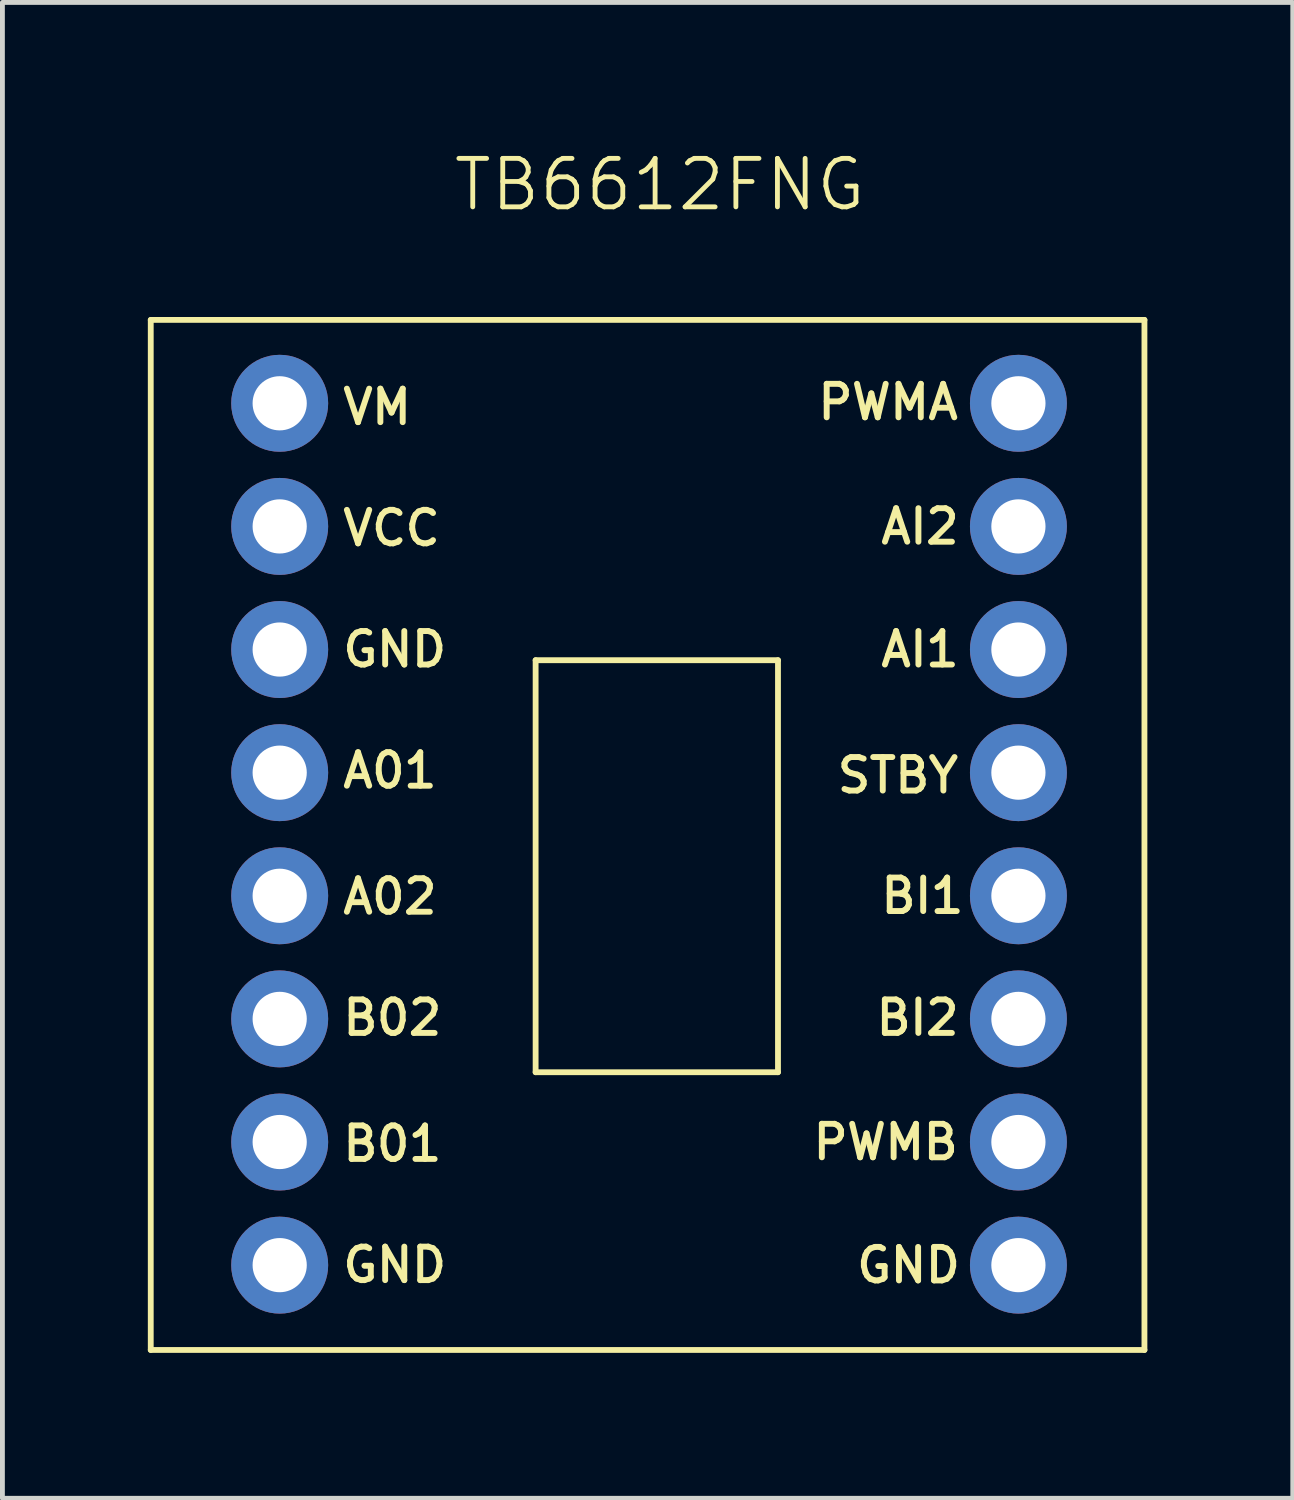
<source format=kicad_pcb>
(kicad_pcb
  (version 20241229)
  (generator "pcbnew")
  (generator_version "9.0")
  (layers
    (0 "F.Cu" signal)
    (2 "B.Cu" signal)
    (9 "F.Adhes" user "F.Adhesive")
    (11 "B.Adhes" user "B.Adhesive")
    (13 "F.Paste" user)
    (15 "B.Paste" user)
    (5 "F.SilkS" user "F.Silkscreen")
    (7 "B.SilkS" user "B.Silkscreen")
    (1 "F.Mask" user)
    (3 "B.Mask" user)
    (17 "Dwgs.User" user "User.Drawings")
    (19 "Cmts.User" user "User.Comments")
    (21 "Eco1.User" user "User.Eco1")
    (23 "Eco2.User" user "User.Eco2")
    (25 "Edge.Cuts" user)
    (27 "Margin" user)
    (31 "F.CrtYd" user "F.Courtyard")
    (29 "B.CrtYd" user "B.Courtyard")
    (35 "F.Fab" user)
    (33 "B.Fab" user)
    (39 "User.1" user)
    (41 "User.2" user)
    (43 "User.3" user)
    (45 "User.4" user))
  (footprint "TB6612FNG"
    (layer "F.Cu")
    (at 10.56 1.26)
    (property "Reference" "TB6612FNG" (at 0 -0.5 0) (unlocked yes) (layer "F.SilkS") (effects (font (size 1 1) (thickness 0.1))))
    (attr smd)
    (fp_line (start -10.5 2.29) (end 10 2.29) (stroke (width 0.12) (type default)) (layer "F.SilkS"))
    (fp_line (start -10.5 23.54) (end -10.5 2.29) (stroke (width 0.12) (type default)) (layer "F.SilkS"))
    (fp_line (start -2.56 9.31) (end 2.44 9.31) (stroke (width 0.12) (type solid)) (layer "F.SilkS"))
    (fp_line (start -2.56 17.81) (end -2.56 9.31) (stroke (width 0.12) (type solid)) (layer "F.SilkS"))
    (fp_line (start 2.44 9.31) (end 2.44 17.81) (stroke (width 0.12) (type solid)) (layer "F.SilkS"))
    (fp_line (start 2.44 17.81) (end -2.56 17.81) (stroke (width 0.12) (type solid)) (layer "F.SilkS"))
    (fp_line (start 10 2.29) (end 10 23.54) (stroke (width 0.12) (type default)) (layer "F.SilkS"))
    (fp_line (start 10 23.54) (end -10.5 23.54) (stroke (width 0.12) (type default)) (layer "F.SilkS"))
    (fp_text user "BI2" (at 4.4 17.09 0) (unlocked yes) (layer "F.SilkS") (effects (font (size 0.691 0.691) (thickness 0.122)) (justify left bottom)))
    (fp_text user "VM" (at -6.6 4.49 0) (unlocked yes) (layer "F.SilkS") (effects (font (size 0.691 0.691) (thickness 0.122)) (justify left bottom)))
    (fp_text user "GND" (at -6.6 9.49 0) (unlocked yes) (layer "F.SilkS") (effects (font (size 0.691 0.691) (thickness 0.122)) (justify left bottom)))
    (fp_text user "BI1" (at 4.5 14.576 0) (unlocked yes) (layer "F.SilkS") (effects (font (size 0.691 0.691) (thickness 0.122)) (justify left bottom)))
    (fp_text user "B01" (at -6.6 19.69 0) (unlocked yes) (layer "F.SilkS") (effects (font (size 0.691 0.691) (thickness 0.122)) (justify left bottom)))
    (fp_text user "STBY" (at 3.6 12.09 0) (unlocked yes) (layer "F.SilkS") (effects (font (size 0.691 0.691) (thickness 0.122)) (justify left bottom)))
    (fp_text user "GND" (at -6.6 22.19 0) (unlocked yes) (layer "F.SilkS") (effects (font (size 0.691 0.691) (thickness 0.122)) (justify left bottom)))
    (fp_text user "AI1" (at 4.5 9.49 0) (unlocked yes) (layer "F.SilkS") (effects (font (size 0.691 0.691) (thickness 0.122)) (justify left bottom)))
    (fp_text user "B02" (at -6.6 17.09 0) (unlocked yes) (layer "F.SilkS") (effects (font (size 0.691 0.691) (thickness 0.122)) (justify left bottom)))
    (fp_text user "PWMA" (at 3.2 4.39 0) (unlocked yes) (layer "F.SilkS") (effects (font (size 0.691 0.691) (thickness 0.122)) (justify left bottom)))
    (fp_text user "GND" (at 4 22.196 0) (unlocked yes) (layer "F.SilkS") (effects (font (size 0.691 0.691) (thickness 0.122)) (justify left bottom)))
    (fp_text user "A01" (at -6.6 11.99 0) (unlocked yes) (layer "F.SilkS") (effects (font (size 0.691 0.691) (thickness 0.122)) (justify left bottom)))
    (fp_text user "PWMB" (at 3.1 19.656 0) (unlocked yes) (layer "F.SilkS") (effects (font (size 0.691 0.691) (thickness 0.122)) (justify left bottom)))
    (fp_text user "VCC" (at -6.6 6.99 0) (unlocked yes) (layer "F.SilkS") (effects (font (size 0.691 0.691) (thickness 0.122)) (justify left bottom)))
    (fp_text user "A02" (at -6.6 14.59 0) (unlocked yes) (layer "F.SilkS") (effects (font (size 0.691 0.691) (thickness 0.122)) (justify left bottom)))
    (fp_text user "AI2" (at 4.5 6.956 0) (unlocked yes) (layer "F.SilkS") (effects (font (size 0.691 0.691) (thickness 0.122)) (justify left bottom)))
    (pad "1" thru_hole circle (at -7.84 4.01 90) (size 2 2) (drill 1.118) (layers "*.Cu" "*.Mask"))
    (pad "2" thru_hole circle (at -7.84 6.55 90) (size 2 2) (drill 1.118) (layers "*.Cu" "*.Mask"))
    (pad "3" thru_hole circle (at -7.84 9.09 90) (size 2 2) (drill 1.118) (layers "*.Cu" "*.Mask"))
    (pad "4" thru_hole circle (at -7.84 11.63 90) (size 2 2) (drill 1.118) (layers "*.Cu" "*.Mask"))
    (pad "5" thru_hole circle (at -7.84 14.17 90) (size 2 2) (drill 1.118) (layers "*.Cu" "*.Mask"))
    (pad "6" thru_hole circle (at -7.84 16.71 90) (size 2 2) (drill 1.118) (layers "*.Cu" "*.Mask"))
    (pad "7" thru_hole circle (at -7.84 19.25 90) (size 2 2) (drill 1.118) (layers "*.Cu" "*.Mask"))
    (pad "8" thru_hole circle (at -7.84 21.79 90) (size 2 2) (drill 1.118) (layers "*.Cu" "*.Mask"))
    (pad "9" thru_hole circle (at 7.4 21.79 270) (size 2 2) (drill 1.118) (layers "*.Cu" "*.Mask"))
    (pad "10" thru_hole circle (at 7.4 19.25 270) (size 2 2) (drill 1.118) (layers "*.Cu" "*.Mask"))
    (pad "11" thru_hole circle (at 7.4 16.71 270) (size 2 2) (drill 1.118) (layers "*.Cu" "*.Mask"))
    (pad "12" thru_hole circle (at 7.4 14.17 270) (size 2 2) (drill 1.118) (layers "*.Cu" "*.Mask"))
    (pad "13" thru_hole circle (at 7.4 11.63 270) (size 2 2) (drill 1.118) (layers "*.Cu" "*.Mask"))
    (pad "14" thru_hole circle (at 7.4 9.09 270) (size 2 2) (drill 1.118) (layers "*.Cu" "*.Mask"))
    (pad "15" thru_hole circle (at 7.4 6.55 270) (size 2 2) (drill 1.118) (layers "*.Cu" "*.Mask"))
    (pad "16" thru_hole circle (at 7.4 4.01 270) (size 2 2) (drill 1.118) (layers "*.Cu" "*.Mask")))
  (gr_rect
    (start -3 -3)
    (end 23.62 27.86)
    (stroke (width 0.1) (type default))
    (fill no)
    (layer "Edge.Cuts")))
</source>
